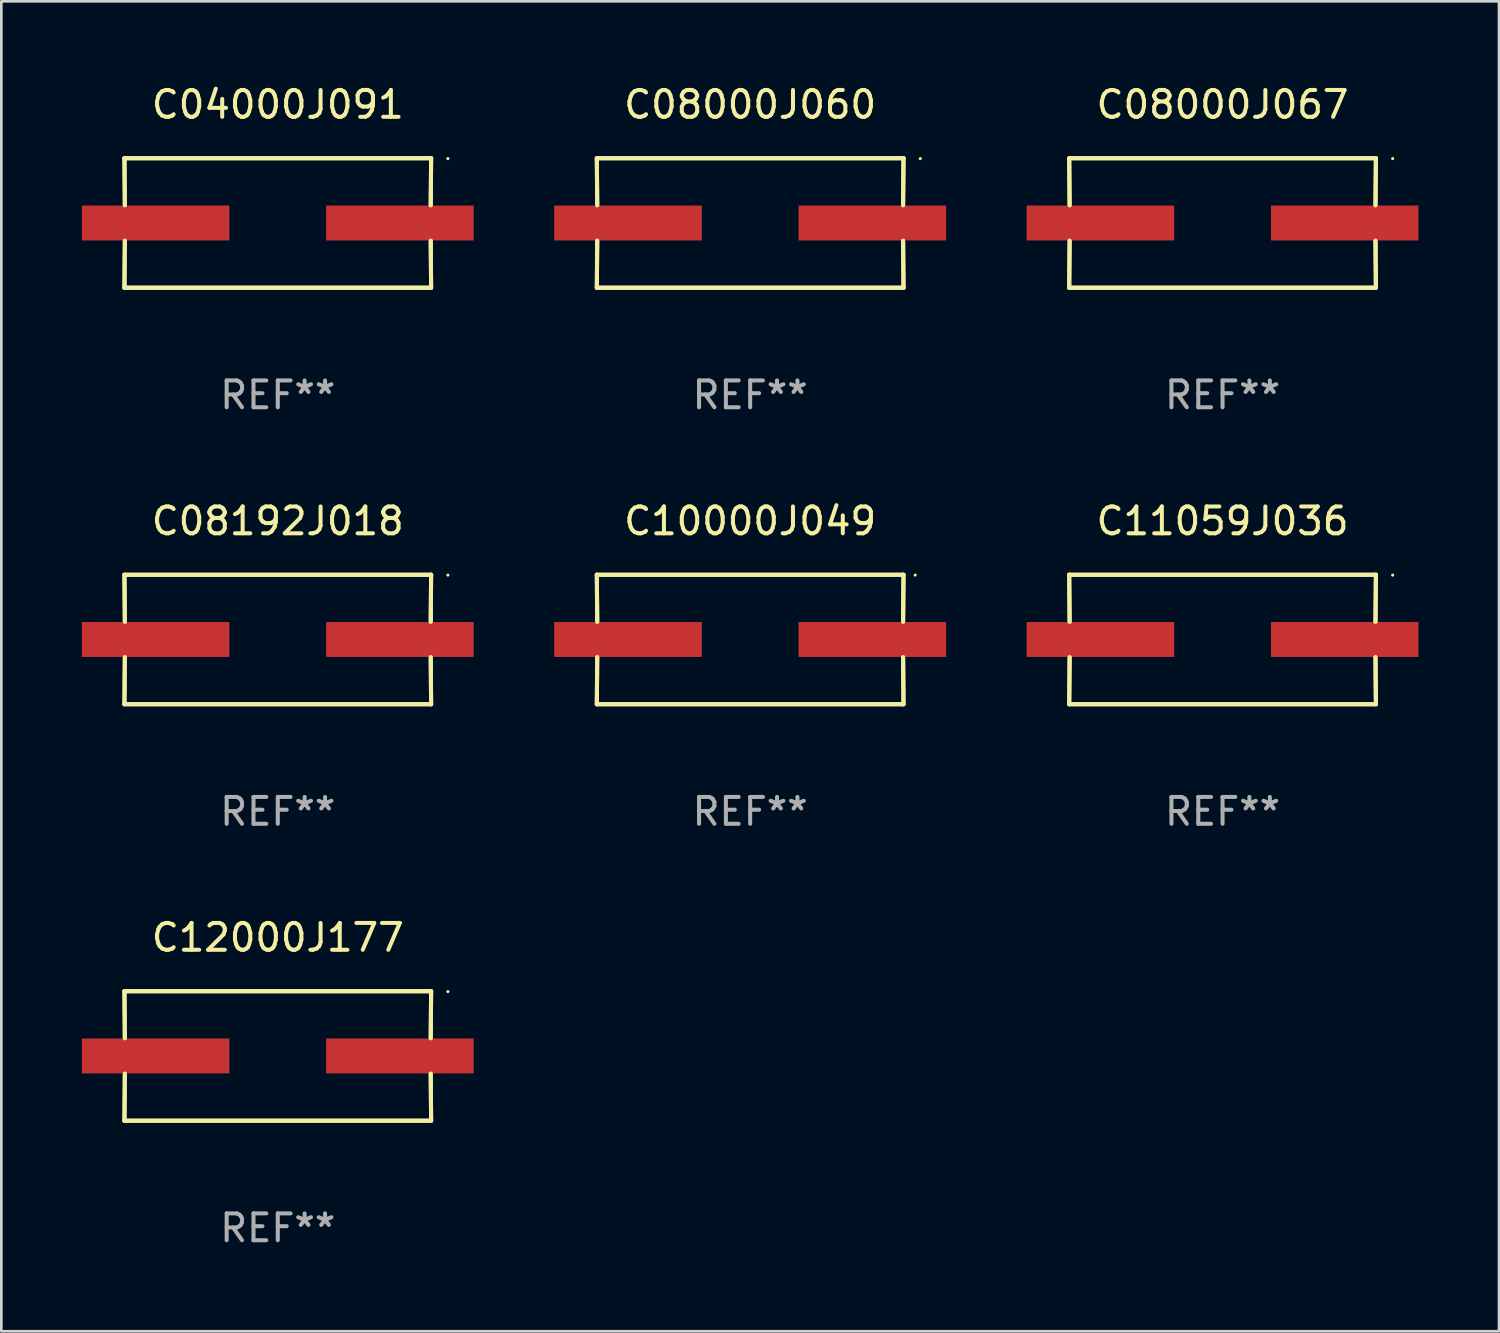
<source format=kicad_pcb>
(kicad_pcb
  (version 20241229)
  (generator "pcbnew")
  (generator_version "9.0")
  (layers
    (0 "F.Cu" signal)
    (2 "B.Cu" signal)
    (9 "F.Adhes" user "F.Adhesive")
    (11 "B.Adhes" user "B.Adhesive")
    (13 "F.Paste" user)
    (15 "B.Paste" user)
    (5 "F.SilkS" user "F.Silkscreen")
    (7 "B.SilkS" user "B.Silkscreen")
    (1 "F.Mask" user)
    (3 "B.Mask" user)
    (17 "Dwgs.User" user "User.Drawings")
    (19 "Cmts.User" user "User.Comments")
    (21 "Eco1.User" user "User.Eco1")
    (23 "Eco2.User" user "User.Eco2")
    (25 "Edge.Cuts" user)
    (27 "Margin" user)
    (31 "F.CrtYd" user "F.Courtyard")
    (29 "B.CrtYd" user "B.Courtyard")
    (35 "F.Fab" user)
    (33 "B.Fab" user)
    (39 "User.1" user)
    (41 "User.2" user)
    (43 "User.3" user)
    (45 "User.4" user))
  (footprint "C11059J036"
    (layer "F.Cu")
    (at 42.515 20.784)
    (property "Reference" "C11059J036" (at 0 -4.413 0) (layer "F.SilkS") (effects (font (size 1 1) (thickness 0.15))))
    (attr through_hole)
    (fp_line (start -5.715 -2.413) (end -5.7 -0.662) (stroke (width 0.152) (type solid)) (layer "F.SilkS"))
    (fp_line (start -5.715 -2.413) (end -5.7 -0.662) (stroke (width 0.152) (type solid)) (layer "F.SilkS"))
    (fp_line (start -5.715 2.413) (end 5.715 2.413) (stroke (width 0.152) (type solid)) (layer "F.SilkS"))
    (fp_line (start -5.715 2.413) (end 5.715 2.413) (stroke (width 0.152) (type solid)) (layer "F.SilkS"))
    (fp_line (start -5.7 0.662) (end -5.715 2.413) (stroke (width 0.152) (type solid)) (layer "F.SilkS"))
    (fp_line (start -5.7 0.662) (end -5.715 2.413) (stroke (width 0.152) (type solid)) (layer "F.SilkS"))
    (fp_line (start 5.7 -0.662) (end 5.715 -2.413) (stroke (width 0.152) (type solid)) (layer "F.SilkS"))
    (fp_line (start 5.7 -0.662) (end 5.715 -2.413) (stroke (width 0.152) (type solid)) (layer "F.SilkS"))
    (fp_line (start 5.715 -2.413) (end -5.715 -2.413) (stroke (width 0.152) (type solid)) (layer "F.SilkS"))
    (fp_line (start 5.715 -2.413) (end -5.715 -2.413) (stroke (width 0.152) (type solid)) (layer "F.SilkS"))
    (fp_line (start 5.715 2.413) (end 5.7 0.662) (stroke (width 0.152) (type solid)) (layer "F.SilkS"))
    (fp_line (start 5.715 2.413) (end 5.7 0.662) (stroke (width 0.152) (type solid)) (layer "F.SilkS"))
    (fp_circle (center 6.34 -2.4) (end 6.37 -2.4) (stroke (width 0.06) (type solid)) (fill no) (layer "F.SilkS"))
    (fp_text user "REF**" (at 0 6.413 0) (layer "F.Fab") (effects (font (size 1 1) (thickness 0.15))))
    (pad "1" smd rect (at 4.553 0) (size 5.5 1.3) (layers "F.Cu" "F.Mask" "F.Paste"))
    (pad "2" smd rect (at -4.553 0) (size 5.5 1.3) (layers "F.Cu" "F.Mask" "F.Paste")))
  (footprint "C10000J049"
    (layer "F.Cu")
    (at 24.909 20.784)
    (property "Reference" "C10000J049" (at 0 -4.413 0) (layer "F.SilkS") (effects (font (size 1 1) (thickness 0.15))))
    (attr through_hole)
    (fp_line (start -5.715 -2.413) (end -5.7 -0.662) (stroke (width 0.152) (type solid)) (layer "F.SilkS"))
    (fp_line (start -5.715 -2.413) (end -5.7 -0.662) (stroke (width 0.152) (type solid)) (layer "F.SilkS"))
    (fp_line (start -5.715 2.413) (end 5.715 2.413) (stroke (width 0.152) (type solid)) (layer "F.SilkS"))
    (fp_line (start -5.715 2.413) (end 5.715 2.413) (stroke (width 0.152) (type solid)) (layer "F.SilkS"))
    (fp_line (start -5.7 0.662) (end -5.715 2.413) (stroke (width 0.152) (type solid)) (layer "F.SilkS"))
    (fp_line (start -5.7 0.662) (end -5.715 2.413) (stroke (width 0.152) (type solid)) (layer "F.SilkS"))
    (fp_line (start 5.7 -0.662) (end 5.715 -2.413) (stroke (width 0.152) (type solid)) (layer "F.SilkS"))
    (fp_line (start 5.7 -0.662) (end 5.715 -2.413) (stroke (width 0.152) (type solid)) (layer "F.SilkS"))
    (fp_line (start 5.715 -2.413) (end -5.715 -2.413) (stroke (width 0.152) (type solid)) (layer "F.SilkS"))
    (fp_line (start 5.715 -2.413) (end -5.715 -2.413) (stroke (width 0.152) (type solid)) (layer "F.SilkS"))
    (fp_line (start 5.715 2.413) (end 5.7 0.662) (stroke (width 0.152) (type solid)) (layer "F.SilkS"))
    (fp_line (start 5.715 2.413) (end 5.7 0.662) (stroke (width 0.152) (type solid)) (layer "F.SilkS"))
    (fp_circle (center 6.15 -2.4) (end 6.18 -2.4) (stroke (width 0.06) (type solid)) (fill no) (layer "F.SilkS"))
    (fp_text user "REF**" (at 0 6.413 0) (layer "F.Fab") (effects (font (size 1 1) (thickness 0.15))))
    (pad "1" smd rect (at 4.553 0.000025) (size 5.5 1.3) (layers "F.Cu" "F.Mask" "F.Paste"))
    (pad "2" smd rect (at -4.553 0.000025) (size 5.5 1.3) (layers "F.Cu" "F.Mask" "F.Paste")))
  (footprint "C12000J177"
    (layer "F.Cu")
    (at 7.303 36.306)
    (property "Reference" "C12000J177" (at 0 -4.413 0) (layer "F.SilkS") (effects (font (size 1 1) (thickness 0.15))))
    (attr through_hole)
    (fp_line (start -5.715 -2.413) (end -5.7 -0.662) (stroke (width 0.152) (type solid)) (layer "F.SilkS"))
    (fp_line (start -5.715 -2.413) (end -5.7 -0.662) (stroke (width 0.152) (type solid)) (layer "F.SilkS"))
    (fp_line (start -5.715 2.413) (end 5.715 2.413) (stroke (width 0.152) (type solid)) (layer "F.SilkS"))
    (fp_line (start -5.715 2.413) (end 5.715 2.413) (stroke (width 0.152) (type solid)) (layer "F.SilkS"))
    (fp_line (start -5.7 0.662) (end -5.715 2.413) (stroke (width 0.152) (type solid)) (layer "F.SilkS"))
    (fp_line (start -5.7 0.662) (end -5.715 2.413) (stroke (width 0.152) (type solid)) (layer "F.SilkS"))
    (fp_line (start 5.7 -0.662) (end 5.715 -2.413) (stroke (width 0.152) (type solid)) (layer "F.SilkS"))
    (fp_line (start 5.7 -0.662) (end 5.715 -2.413) (stroke (width 0.152) (type solid)) (layer "F.SilkS"))
    (fp_line (start 5.715 -2.413) (end -5.715 -2.413) (stroke (width 0.152) (type solid)) (layer "F.SilkS"))
    (fp_line (start 5.715 -2.413) (end -5.715 -2.413) (stroke (width 0.152) (type solid)) (layer "F.SilkS"))
    (fp_line (start 5.715 2.413) (end 5.7 0.662) (stroke (width 0.152) (type solid)) (layer "F.SilkS"))
    (fp_line (start 5.715 2.413) (end 5.7 0.662) (stroke (width 0.152) (type solid)) (layer "F.SilkS"))
    (fp_circle (center 6.34 -2.4) (end 6.37 -2.4) (stroke (width 0.06) (type solid)) (fill no) (layer "F.SilkS"))
    (fp_text user "REF**" (at 0 6.413 0) (layer "F.Fab") (effects (font (size 1 1) (thickness 0.15))))
    (pad "1" smd rect (at 4.553 0) (size 5.5 1.3) (layers "F.Cu" "F.Mask" "F.Paste"))
    (pad "2" smd rect (at -4.553 0) (size 5.5 1.3) (layers "F.Cu" "F.Mask" "F.Paste")))
  (footprint "C08192J018"
    (layer "F.Cu")
    (at 7.303 20.784)
    (property "Reference" "C08192J018" (at 0 -4.413 0) (layer "F.SilkS") (effects (font (size 1 1) (thickness 0.15))))
    (attr through_hole)
    (fp_line (start -5.715 -2.413) (end -5.7 -0.662) (stroke (width 0.152) (type solid)) (layer "F.SilkS"))
    (fp_line (start -5.715 -2.413) (end -5.7 -0.662) (stroke (width 0.152) (type solid)) (layer "F.SilkS"))
    (fp_line (start -5.715 2.413) (end 5.715 2.413) (stroke (width 0.152) (type solid)) (layer "F.SilkS"))
    (fp_line (start -5.715 2.413) (end 5.715 2.413) (stroke (width 0.152) (type solid)) (layer "F.SilkS"))
    (fp_line (start -5.7 0.662) (end -5.715 2.413) (stroke (width 0.152) (type solid)) (layer "F.SilkS"))
    (fp_line (start -5.7 0.662) (end -5.715 2.413) (stroke (width 0.152) (type solid)) (layer "F.SilkS"))
    (fp_line (start 5.7 -0.662) (end 5.715 -2.413) (stroke (width 0.152) (type solid)) (layer "F.SilkS"))
    (fp_line (start 5.7 -0.662) (end 5.715 -2.413) (stroke (width 0.152) (type solid)) (layer "F.SilkS"))
    (fp_line (start 5.715 -2.413) (end -5.715 -2.413) (stroke (width 0.152) (type solid)) (layer "F.SilkS"))
    (fp_line (start 5.715 -2.413) (end -5.715 -2.413) (stroke (width 0.152) (type solid)) (layer "F.SilkS"))
    (fp_line (start 5.715 2.413) (end 5.7 0.662) (stroke (width 0.152) (type solid)) (layer "F.SilkS"))
    (fp_line (start 5.715 2.413) (end 5.7 0.662) (stroke (width 0.152) (type solid)) (layer "F.SilkS"))
    (fp_circle (center 6.34 -2.4) (end 6.37 -2.4) (stroke (width 0.06) (type solid)) (fill no) (layer "F.SilkS"))
    (fp_text user "REF**" (at 0 6.413 0) (layer "F.Fab") (effects (font (size 1 1) (thickness 0.15))))
    (pad "1" smd rect (at 4.553 0) (size 5.5 1.3) (layers "F.Cu" "F.Mask" "F.Paste"))
    (pad "2" smd rect (at -4.553 0) (size 5.5 1.3) (layers "F.Cu" "F.Mask" "F.Paste")))
  (footprint "C08000J060"
    (layer "F.Cu")
    (at 24.909 5.261)
    (property "Reference" "C08000J060" (at 0 -4.413 0) (layer "F.SilkS") (effects (font (size 1 1) (thickness 0.15))))
    (attr through_hole)
    (fp_line (start -5.715 -2.413) (end -5.7 -0.662) (stroke (width 0.152) (type solid)) (layer "F.SilkS"))
    (fp_line (start -5.715 -2.413) (end -5.7 -0.662) (stroke (width 0.152) (type solid)) (layer "F.SilkS"))
    (fp_line (start -5.715 2.413) (end 5.715 2.413) (stroke (width 0.152) (type solid)) (layer "F.SilkS"))
    (fp_line (start -5.715 2.413) (end 5.715 2.413) (stroke (width 0.152) (type solid)) (layer "F.SilkS"))
    (fp_line (start -5.7 0.662) (end -5.715 2.413) (stroke (width 0.152) (type solid)) (layer "F.SilkS"))
    (fp_line (start -5.7 0.662) (end -5.715 2.413) (stroke (width 0.152) (type solid)) (layer "F.SilkS"))
    (fp_line (start 5.7 -0.662) (end 5.715 -2.413) (stroke (width 0.152) (type solid)) (layer "F.SilkS"))
    (fp_line (start 5.7 -0.662) (end 5.715 -2.413) (stroke (width 0.152) (type solid)) (layer "F.SilkS"))
    (fp_line (start 5.715 -2.413) (end -5.715 -2.413) (stroke (width 0.152) (type solid)) (layer "F.SilkS"))
    (fp_line (start 5.715 -2.413) (end -5.715 -2.413) (stroke (width 0.152) (type solid)) (layer "F.SilkS"))
    (fp_line (start 5.715 2.413) (end 5.7 0.662) (stroke (width 0.152) (type solid)) (layer "F.SilkS"))
    (fp_line (start 5.715 2.413) (end 5.7 0.662) (stroke (width 0.152) (type solid)) (layer "F.SilkS"))
    (fp_circle (center 6.34 -2.4) (end 6.37 -2.4) (stroke (width 0.06) (type solid)) (fill no) (layer "F.SilkS"))
    (fp_text user "REF**" (at 0 6.413 0) (layer "F.Fab") (effects (font (size 1 1) (thickness 0.15))))
    (pad "1" smd rect (at 4.553 0) (size 5.5 1.3) (layers "F.Cu" "F.Mask" "F.Paste"))
    (pad "2" smd rect (at -4.553 0) (size 5.5 1.3) (layers "F.Cu" "F.Mask" "F.Paste")))
  (footprint "C08000J067"
    (layer "F.Cu")
    (at 42.515 5.261)
    (property "Reference" "C08000J067" (at 0 -4.413 0) (layer "F.SilkS") (effects (font (size 1 1) (thickness 0.15))))
    (attr through_hole)
    (fp_line (start -5.715 -2.413) (end -5.7 -0.662) (stroke (width 0.152) (type solid)) (layer "F.SilkS"))
    (fp_line (start -5.715 -2.413) (end -5.7 -0.662) (stroke (width 0.152) (type solid)) (layer "F.SilkS"))
    (fp_line (start -5.715 2.413) (end 5.715 2.413) (stroke (width 0.152) (type solid)) (layer "F.SilkS"))
    (fp_line (start -5.715 2.413) (end 5.715 2.413) (stroke (width 0.152) (type solid)) (layer "F.SilkS"))
    (fp_line (start -5.7 0.662) (end -5.715 2.413) (stroke (width 0.152) (type solid)) (layer "F.SilkS"))
    (fp_line (start -5.7 0.662) (end -5.715 2.413) (stroke (width 0.152) (type solid)) (layer "F.SilkS"))
    (fp_line (start 5.7 -0.662) (end 5.715 -2.413) (stroke (width 0.152) (type solid)) (layer "F.SilkS"))
    (fp_line (start 5.7 -0.662) (end 5.715 -2.413) (stroke (width 0.152) (type solid)) (layer "F.SilkS"))
    (fp_line (start 5.715 -2.413) (end -5.715 -2.413) (stroke (width 0.152) (type solid)) (layer "F.SilkS"))
    (fp_line (start 5.715 -2.413) (end -5.715 -2.413) (stroke (width 0.152) (type solid)) (layer "F.SilkS"))
    (fp_line (start 5.715 2.413) (end 5.7 0.662) (stroke (width 0.152) (type solid)) (layer "F.SilkS"))
    (fp_line (start 5.715 2.413) (end 5.7 0.662) (stroke (width 0.152) (type solid)) (layer "F.SilkS"))
    (fp_circle (center 6.34 -2.4) (end 6.37 -2.4) (stroke (width 0.06) (type solid)) (fill no) (layer "F.SilkS"))
    (fp_text user "REF**" (at 0 6.413 0) (layer "F.Fab") (effects (font (size 1 1) (thickness 0.15))))
    (pad "1" smd rect (at 4.553 0) (size 5.5 1.3) (layers "F.Cu" "F.Mask" "F.Paste"))
    (pad "2" smd rect (at -4.553 0) (size 5.5 1.3) (layers "F.Cu" "F.Mask" "F.Paste")))
  (footprint "C04000J091"
    (layer "F.Cu")
    (at 7.303 5.261)
    (property "Reference" "C04000J091" (at 0 -4.413 0) (layer "F.SilkS") (effects (font (size 1 1) (thickness 0.15))))
    (attr through_hole)
    (fp_line (start -5.715 -2.413) (end -5.7 -0.662) (stroke (width 0.152) (type solid)) (layer "F.SilkS"))
    (fp_line (start -5.715 -2.413) (end -5.7 -0.662) (stroke (width 0.152) (type solid)) (layer "F.SilkS"))
    (fp_line (start -5.715 2.413) (end 5.715 2.413) (stroke (width 0.152) (type solid)) (layer "F.SilkS"))
    (fp_line (start -5.715 2.413) (end 5.715 2.413) (stroke (width 0.152) (type solid)) (layer "F.SilkS"))
    (fp_line (start -5.7 0.662) (end -5.715 2.413) (stroke (width 0.152) (type solid)) (layer "F.SilkS"))
    (fp_line (start -5.7 0.662) (end -5.715 2.413) (stroke (width 0.152) (type solid)) (layer "F.SilkS"))
    (fp_line (start 5.7 -0.662) (end 5.715 -2.413) (stroke (width 0.152) (type solid)) (layer "F.SilkS"))
    (fp_line (start 5.7 -0.662) (end 5.715 -2.413) (stroke (width 0.152) (type solid)) (layer "F.SilkS"))
    (fp_line (start 5.715 -2.413) (end -5.715 -2.413) (stroke (width 0.152) (type solid)) (layer "F.SilkS"))
    (fp_line (start 5.715 -2.413) (end -5.715 -2.413) (stroke (width 0.152) (type solid)) (layer "F.SilkS"))
    (fp_line (start 5.715 2.413) (end 5.7 0.662) (stroke (width 0.152) (type solid)) (layer "F.SilkS"))
    (fp_line (start 5.715 2.413) (end 5.7 0.662) (stroke (width 0.152) (type solid)) (layer "F.SilkS"))
    (fp_circle (center 6.34 -2.4) (end 6.37 -2.4) (stroke (width 0.06) (type solid)) (fill no) (layer "F.SilkS"))
    (fp_text user "REF**" (at 0 6.413 0) (layer "F.Fab") (effects (font (size 1 1) (thickness 0.15))))
    (pad "1" smd rect (at 4.553 0) (size 5.5 1.3) (layers "F.Cu" "F.Mask" "F.Paste"))
    (pad "2" smd rect (at -4.553 0) (size 5.5 1.3) (layers "F.Cu" "F.Mask" "F.Paste")))
  (gr_rect
    (start -3 -3)
    (end 52.818 46.568)
    (stroke (width 0.1) (type default))
    (fill no)
    (layer "Edge.Cuts")))
</source>
